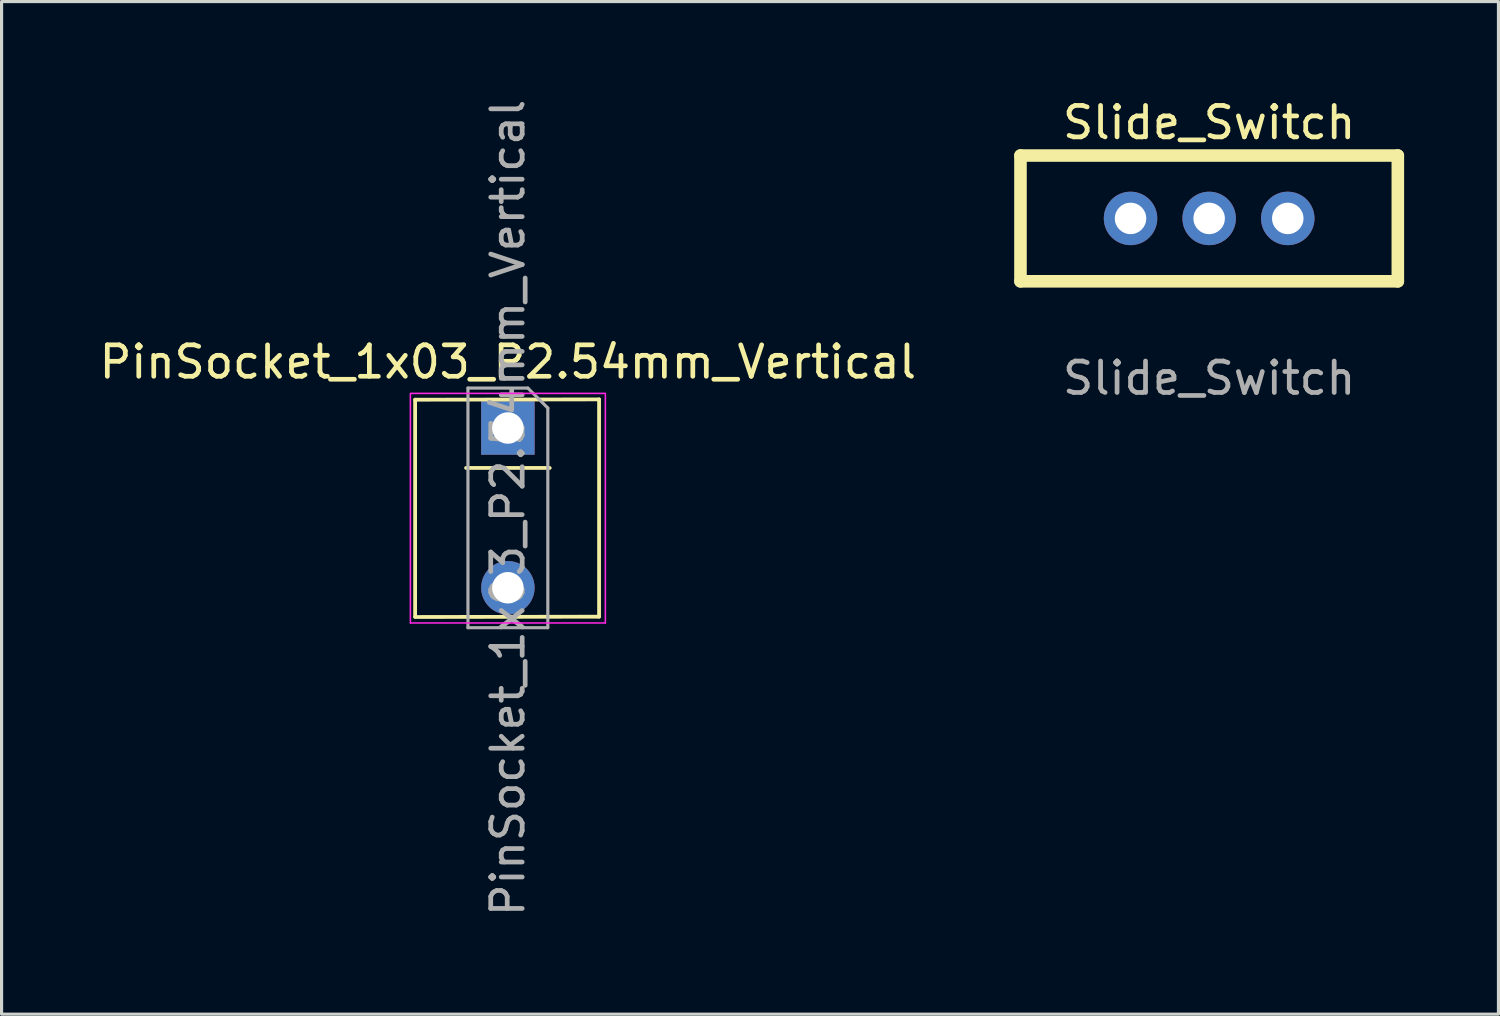
<source format=kicad_pcb>
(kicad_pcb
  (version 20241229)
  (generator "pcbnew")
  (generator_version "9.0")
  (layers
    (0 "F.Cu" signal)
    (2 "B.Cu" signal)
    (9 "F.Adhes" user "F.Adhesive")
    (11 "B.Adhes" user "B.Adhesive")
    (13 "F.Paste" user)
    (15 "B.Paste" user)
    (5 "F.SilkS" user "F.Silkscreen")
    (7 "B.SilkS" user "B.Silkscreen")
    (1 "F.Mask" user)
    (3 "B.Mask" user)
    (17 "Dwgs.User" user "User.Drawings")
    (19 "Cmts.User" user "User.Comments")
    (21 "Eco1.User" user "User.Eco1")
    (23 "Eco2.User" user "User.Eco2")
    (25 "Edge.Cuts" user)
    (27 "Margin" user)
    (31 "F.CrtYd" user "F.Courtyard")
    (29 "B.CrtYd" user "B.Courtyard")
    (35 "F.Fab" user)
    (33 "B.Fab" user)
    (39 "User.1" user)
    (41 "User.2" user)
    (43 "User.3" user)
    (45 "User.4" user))
  (footprint "Slide_Switch"
    (layer "F.Cu")
    (at 35.402 3.896)
    (property "Reference" "Slide_Switch" (at 0 -3.048 0) (unlocked yes) (layer "F.SilkS") (effects (font (size 1 1) (thickness 0.15))))
    (attr through_hole)
    (fp_line (start -6 -2) (end 6 -2) (stroke (width 0.4) (type solid)) (layer "F.SilkS"))
    (fp_line (start -6 2) (end -6 -2) (stroke (width 0.4) (type solid)) (layer "F.SilkS"))
    (fp_line (start 6 -2) (end 6 2) (stroke (width 0.4) (type solid)) (layer "F.SilkS"))
    (fp_line (start 6 2) (end -6 2) (stroke (width 0.4) (type solid)) (layer "F.SilkS"))
    (fp_text user "${REFERENCE}" (at 0 5.08 0) (unlocked yes) (layer "F.Fab") (effects (font (size 1 1) (thickness 0.15))))
    (pad "1" thru_hole circle (at -2.5 0) (size 1.7 1.7) (drill 1) (layers "*.Cu" "*.Mask"))
    (pad "2" thru_hole circle (at 0 0) (size 1.7 1.7) (drill 1) (layers "*.Cu" "*.Mask"))
    (pad "3" thru_hole circle (at 2.5 0) (size 1.7 1.7) (drill 1) (layers "*.Cu" "*.Mask")))
  (footprint "PinSocket_1x03_P2.54mm_Vertical"
    (layer "F.Cu")
    (at 13.101 10.561)
    (property "Reference" "PinSocket_1x03_P2.54mm_Vertical" (at 0 -2.1 0) (layer "F.SilkS") (effects (font (size 1 1) (thickness 0.15))))
    (attr through_hole)
    (fp_line (start -2.95 -0.9) (end -2.95 6) (stroke (width 0.12) (type solid)) (layer "F.SilkS"))
    (fp_line (start -2.95 -0.9) (end 2.9 -0.91) (stroke (width 0.12) (type solid)) (layer "F.SilkS"))
    (fp_line (start -2.95 6.01) (end 2.9 6) (stroke (width 0.12) (type solid)) (layer "F.SilkS"))
    (fp_line (start -1.33 1.27) (end 1.33 1.27) (stroke (width 0.12) (type solid)) (layer "F.SilkS"))
    (fp_line (start 2.9 -0.91) (end 2.9 6) (stroke (width 0.12) (type solid)) (layer "F.SilkS"))
    (fp_line (start -3.1 -1.1) (end 3.1 -1.1) (stroke (width 0.05) (type solid)) (layer "F.CrtYd"))
    (fp_line (start -3.1 6.2) (end -3.1 -1.075) (stroke (width 0.05) (type solid)) (layer "F.CrtYd"))
    (fp_line (start -3.1 6.2) (end 3.1 6.2) (stroke (width 0.05) (type solid)) (layer "F.CrtYd"))
    (fp_line (start 3.1 -1.075) (end 3.1 6.2) (stroke (width 0.05) (type solid)) (layer "F.CrtYd"))
    (fp_line (start -1.27 -1.27) (end 0.635 -1.27) (stroke (width 0.1) (type solid)) (layer "F.Fab"))
    (fp_line (start -1.27 6.35) (end -1.27 -1.27) (stroke (width 0.1) (type solid)) (layer "F.Fab"))
    (fp_line (start 0.635 -1.27) (end 1.27 -0.635) (stroke (width 0.1) (type solid)) (layer "F.Fab"))
    (fp_line (start 1.27 -0.635) (end 1.27 6.35) (stroke (width 0.1) (type solid)) (layer "F.Fab"))
    (fp_line (start 1.27 6.35) (end -1.27 6.35) (stroke (width 0.1) (type solid)) (layer "F.Fab"))
    (fp_text user "${REFERENCE}" (at 0 2.54 90) (layer "F.Fab") (effects (font (size 1 1) (thickness 0.15))))
    (pad "1" thru_hole rect (at 0 0) (size 1.7 1.7) (drill 1) (layers "*.Cu" "*.Mask"))
    (pad "2" thru_hole oval (at 0 5.08) (size 1.7 1.7) (drill 1) (layers "*.Cu" "*.Mask")))
  (gr_rect
    (start -3 -3)
    (end 44.602 29.202)
    (stroke (width 0.1) (type default))
    (fill no)
    (layer "Edge.Cuts")))
</source>
